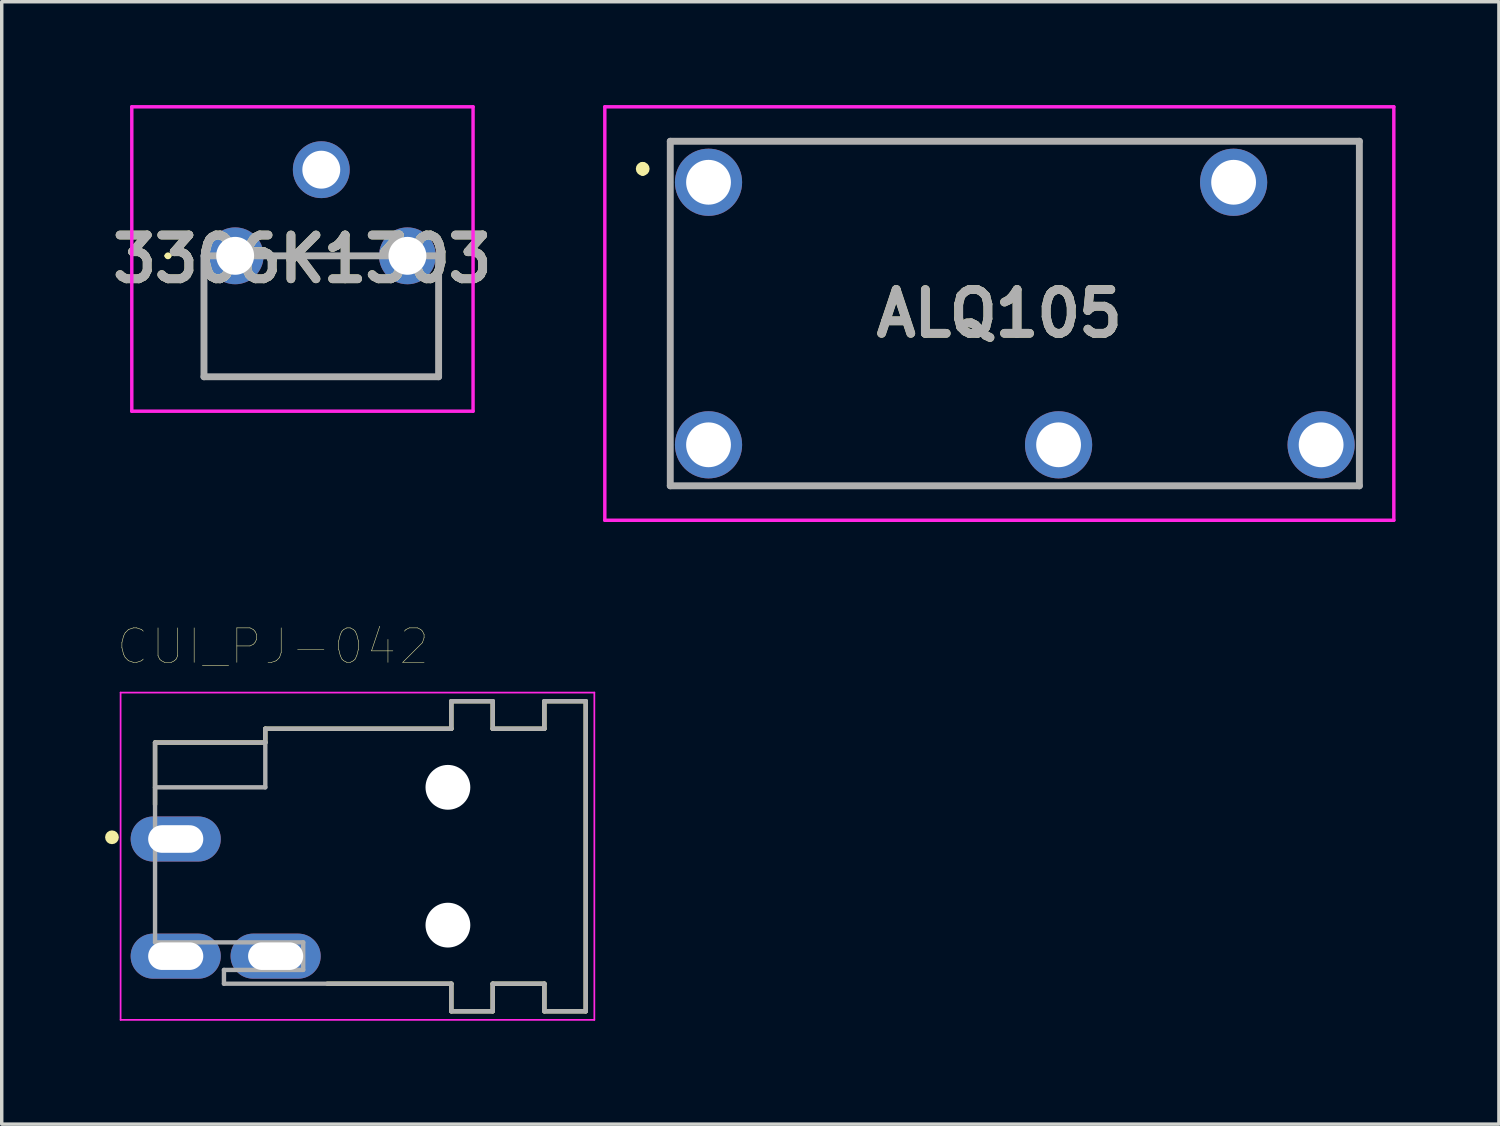
<source format=kicad_pcb>
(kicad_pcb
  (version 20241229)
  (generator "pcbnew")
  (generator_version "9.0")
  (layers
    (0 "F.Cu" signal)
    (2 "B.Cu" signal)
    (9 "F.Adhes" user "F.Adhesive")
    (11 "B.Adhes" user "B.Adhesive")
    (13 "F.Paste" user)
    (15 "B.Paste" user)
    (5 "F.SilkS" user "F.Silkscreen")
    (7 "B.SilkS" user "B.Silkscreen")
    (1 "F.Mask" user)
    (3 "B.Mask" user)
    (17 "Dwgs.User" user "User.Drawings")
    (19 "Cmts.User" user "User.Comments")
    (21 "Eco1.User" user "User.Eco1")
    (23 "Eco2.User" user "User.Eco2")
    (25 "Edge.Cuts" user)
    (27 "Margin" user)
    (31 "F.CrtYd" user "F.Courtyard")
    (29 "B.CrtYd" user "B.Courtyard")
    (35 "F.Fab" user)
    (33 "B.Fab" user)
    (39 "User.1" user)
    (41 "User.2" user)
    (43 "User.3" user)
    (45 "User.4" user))
  (footprint "ALQ105"
    (layer "F.Cu")
    (at 25.954 6.05)
    (property "Reference" "ALQ105" (at 0 0 0) (layer "F.SilkS") (effects (font (size 1.27 1.27) (thickness 0.254))))
    (attr through_hole)
    (fp_line (start -10.35 -4.3) (end -10.35 -4.3) (stroke (width 0.2) (type solid)) (layer "F.SilkS"))
    (fp_line (start -10.35 -4.1) (end -10.35 -4.1) (stroke (width 0.2) (type solid)) (layer "F.SilkS"))
    (fp_line (start -9.55 -5) (end -9.55 5) (stroke (width 0.1) (type solid)) (layer "F.SilkS"))
    (fp_line (start -9.55 5) (end 10.45 5) (stroke (width 0.1) (type solid)) (layer "F.SilkS"))
    (fp_line (start 10.45 -5) (end -9.55 -5) (stroke (width 0.1) (type solid)) (layer "F.SilkS"))
    (fp_line (start 10.45 5) (end 10.45 -5) (stroke (width 0.1) (type solid)) (layer "F.SilkS"))
    (fp_arc (start -10.35 -4.3) (mid -10.25 -4.2) (end -10.35 -4.1) (stroke (width 0.2) (type solid)) (layer "F.SilkS"))
    (fp_arc (start -10.35 -4.1) (mid -10.45 -4.2) (end -10.35 -4.3) (stroke (width 0.2) (type solid)) (layer "F.SilkS"))
    (fp_line (start -11.45 -6) (end -11.45 6) (stroke (width 0.1) (type solid)) (layer "F.CrtYd"))
    (fp_line (start -11.45 6) (end 11.45 6) (stroke (width 0.1) (type solid)) (layer "F.CrtYd"))
    (fp_line (start 11.45 -6) (end -11.45 -6) (stroke (width 0.1) (type solid)) (layer "F.CrtYd"))
    (fp_line (start 11.45 6) (end 11.45 -6) (stroke (width 0.1) (type solid)) (layer "F.CrtYd"))
    (fp_line (start -9.55 -5) (end -9.55 5) (stroke (width 0.2) (type solid)) (layer "F.Fab"))
    (fp_line (start -9.55 5) (end 10.45 5) (stroke (width 0.2) (type solid)) (layer "F.Fab"))
    (fp_line (start 10.45 -5) (end -9.55 -5) (stroke (width 0.2) (type solid)) (layer "F.Fab"))
    (fp_line (start 10.45 5) (end 10.45 -5) (stroke (width 0.2) (type solid)) (layer "F.Fab"))
    (fp_text user "${REFERENCE}" (at 0 0 0) (layer "F.Fab") (effects (font (size 1.27 1.27) (thickness 0.254))))
    (pad "1" thru_hole circle (at -8.44 -3.81) (size 1.95 1.95) (drill 1.3) (layers "*.Cu" "*.Mask"))
    (pad "2" thru_hole circle (at 6.8 -3.81) (size 1.95 1.95) (drill 1.3) (layers "*.Cu" "*.Mask"))
    (pad "3" thru_hole circle (at 9.34 3.81) (size 1.95 1.95) (drill 1.3) (layers "*.Cu" "*.Mask"))
    (pad "4" thru_hole circle (at 1.72 3.81) (size 1.95 1.95) (drill 1.3) (layers "*.Cu" "*.Mask"))
    (pad "5" thru_hole circle (at -8.44 3.81) (size 1.95 1.95) (drill 1.3) (layers "*.Cu" "*.Mask")))
  (footprint "3306K1303"
    (layer "F.Cu")
    (at 3.775 4.375)
    (property "Reference" "3306K1303" (at 1.952 0.092 0) (layer "F.SilkS") (effects (font (size 1.27 1.27) (thickness 0.254))))
    (attr through_hole)
    (fp_line (start -2 0) (end -2 0) (stroke (width 0.1) (type solid)) (layer "F.SilkS"))
    (fp_line (start -1.9 0) (end -1.9 0) (stroke (width 0.1) (type solid)) (layer "F.SilkS"))
    (fp_line (start -0.905 0.6) (end -0.905 3.51) (stroke (width 0.1) (type solid)) (layer "F.SilkS"))
    (fp_line (start -0.905 3.51) (end 5.905 3.51) (stroke (width 0.1) (type solid)) (layer "F.SilkS"))
    (fp_line (start 1.2 0) (end 3.6 0) (stroke (width 0.1) (type solid)) (layer "F.SilkS"))
    (fp_line (start 3.6 0) (end 3.8 0) (stroke (width 0.1) (type solid)) (layer "F.SilkS"))
    (fp_line (start 5.905 3.51) (end 5.905 0.6) (stroke (width 0.1) (type solid)) (layer "F.SilkS"))
    (fp_arc (start -2 0) (mid -1.95 -0.05) (end -1.9 0) (stroke (width 0.1) (type solid)) (layer "F.SilkS"))
    (fp_arc (start -1.9 0) (mid -1.95 0.05) (end -2 0) (stroke (width 0.1) (type solid)) (layer "F.SilkS"))
    (fp_line (start -3 -4.325) (end 6.905 -4.325) (stroke (width 0.1) (type solid)) (layer "F.CrtYd"))
    (fp_line (start -3 4.51) (end -3 -4.325) (stroke (width 0.1) (type solid)) (layer "F.CrtYd"))
    (fp_line (start 6.905 -4.325) (end 6.905 4.51) (stroke (width 0.1) (type solid)) (layer "F.CrtYd"))
    (fp_line (start 6.905 4.51) (end -3 4.51) (stroke (width 0.1) (type solid)) (layer "F.CrtYd"))
    (fp_line (start -0.905 0) (end 5.905 0) (stroke (width 0.2) (type solid)) (layer "F.Fab"))
    (fp_line (start -0.905 3.51) (end -0.905 0) (stroke (width 0.2) (type solid)) (layer "F.Fab"))
    (fp_line (start 5.905 0) (end 5.905 3.51) (stroke (width 0.2) (type solid)) (layer "F.Fab"))
    (fp_line (start 5.905 3.51) (end -0.905 3.51) (stroke (width 0.2) (type solid)) (layer "F.Fab"))
    (fp_text user "${REFERENCE}" (at 1.952 0.092 0) (layer "F.Fab") (effects (font (size 1.27 1.27) (thickness 0.254))))
    (pad "1" thru_hole circle (at 0 0) (size 1.65 1.65) (drill 1.1) (layers "*.Cu" "*.Mask"))
    (pad "2" thru_hole circle (at 2.5 -2.5) (size 1.65 1.65) (drill 1.1) (layers "*.Cu" "*.Mask"))
    (pad "3" thru_hole circle (at 5 0) (size 1.65 1.65) (drill 1.1) (layers "*.Cu" "*.Mask")))
  (footprint "CUI_PJ-042"
    (layer "F.Cu")
    (at 7.7 21.801)
    (property "Reference" "CUI_PJ-042" (at -2.827 -6.089 0) (layer "F.SilkS") (effects (font (size 1.001 1.001) (thickness 0.015))))
    (attr through_hole)
    (fp_line (start -6.25 -3.3) (end -3.05 -3.3) (stroke (width 0.127) (type solid)) (layer "F.SilkS"))
    (fp_line (start -6.25 -1.5) (end -6.25 -3.3) (stroke (width 0.127) (type solid)) (layer "F.SilkS"))
    (fp_line (start -3.05 -3.7) (end 2.35 -3.7) (stroke (width 0.127) (type solid)) (layer "F.SilkS"))
    (fp_line (start -3.05 -3.3) (end -3.05 -3.7) (stroke (width 0.127) (type solid)) (layer "F.SilkS"))
    (fp_line (start 2.35 -4.5) (end 3.55 -4.5) (stroke (width 0.127) (type solid)) (layer "F.SilkS"))
    (fp_line (start 2.35 -3.7) (end 2.35 -4.5) (stroke (width 0.127) (type solid)) (layer "F.SilkS"))
    (fp_line (start 2.35 3.7) (end -1.25 3.7) (stroke (width 0.127) (type solid)) (layer "F.SilkS"))
    (fp_line (start 2.35 4.5) (end 2.35 3.7) (stroke (width 0.127) (type solid)) (layer "F.SilkS"))
    (fp_line (start 3.55 -4.5) (end 3.55 -3.7) (stroke (width 0.127) (type solid)) (layer "F.SilkS"))
    (fp_line (start 3.55 -3.7) (end 5.05 -3.7) (stroke (width 0.127) (type solid)) (layer "F.SilkS"))
    (fp_line (start 3.55 3.7) (end 3.55 4.5) (stroke (width 0.127) (type solid)) (layer "F.SilkS"))
    (fp_line (start 3.55 4.5) (end 2.35 4.5) (stroke (width 0.127) (type solid)) (layer "F.SilkS"))
    (fp_line (start 5.05 -4.5) (end 6.25 -4.5) (stroke (width 0.127) (type solid)) (layer "F.SilkS"))
    (fp_line (start 5.05 -3.7) (end 5.05 -4.5) (stroke (width 0.127) (type solid)) (layer "F.SilkS"))
    (fp_line (start 5.05 3.7) (end 3.55 3.7) (stroke (width 0.127) (type solid)) (layer "F.SilkS"))
    (fp_line (start 5.05 4.5) (end 5.05 3.7) (stroke (width 0.127) (type solid)) (layer "F.SilkS"))
    (fp_line (start 6.25 4.5) (end 5.05 4.5) (stroke (width 0.127) (type solid)) (layer "F.SilkS"))
    (fp_line (start 6.25 4.5) (end 6.25 -4.5) (stroke (width 0.127) (type solid)) (layer "F.SilkS"))
    (fp_circle (center -7.5 -0.55) (end -7.4 -0.55) (stroke (width 0.2) (type solid)) (fill no) (layer "F.SilkS"))
    (fp_line (start -7.25 -4.75) (end 6.5 -4.75) (stroke (width 0.05) (type solid)) (layer "F.CrtYd"))
    (fp_line (start -7.25 4.75) (end -7.25 -4.75) (stroke (width 0.05) (type solid)) (layer "F.CrtYd"))
    (fp_line (start 6.5 -4.75) (end 6.5 4.75) (stroke (width 0.05) (type solid)) (layer "F.CrtYd"))
    (fp_line (start 6.5 4.75) (end -7.25 4.75) (stroke (width 0.05) (type solid)) (layer "F.CrtYd"))
    (fp_line (start -6.25 -3.3) (end -3.05 -3.3) (stroke (width 0.127) (type solid)) (layer "F.Fab"))
    (fp_line (start -6.25 -2) (end -6.25 -3.3) (stroke (width 0.127) (type solid)) (layer "F.Fab"))
    (fp_line (start -6.25 2.5) (end -6.25 -2) (stroke (width 0.127) (type solid)) (layer "F.Fab"))
    (fp_line (start -4.25 3.3) (end -1.95 3.3) (stroke (width 0.127) (type solid)) (layer "F.Fab"))
    (fp_line (start -4.25 3.7) (end -4.25 3.3) (stroke (width 0.127) (type solid)) (layer "F.Fab"))
    (fp_line (start -3.05 -3.7) (end -3.05 -3.3) (stroke (width 0.127) (type solid)) (layer "F.Fab"))
    (fp_line (start -3.05 -3.3) (end -3.05 -2) (stroke (width 0.127) (type solid)) (layer "F.Fab"))
    (fp_line (start -3.05 -2) (end -6.25 -2) (stroke (width 0.127) (type solid)) (layer "F.Fab"))
    (fp_line (start -1.95 2.5) (end -6.25 2.5) (stroke (width 0.127) (type solid)) (layer "F.Fab"))
    (fp_line (start -1.95 3.3) (end -1.95 2.5) (stroke (width 0.127) (type solid)) (layer "F.Fab"))
    (fp_line (start 2.35 -4.5) (end 2.35 -3.7) (stroke (width 0.127) (type solid)) (layer "F.Fab"))
    (fp_line (start 2.35 -3.7) (end -3.05 -3.7) (stroke (width 0.127) (type solid)) (layer "F.Fab"))
    (fp_line (start 2.35 3.7) (end -4.25 3.7) (stroke (width 0.127) (type solid)) (layer "F.Fab"))
    (fp_line (start 2.35 4.5) (end 2.35 3.7) (stroke (width 0.127) (type solid)) (layer "F.Fab"))
    (fp_line (start 3.55 -4.5) (end 2.35 -4.5) (stroke (width 0.127) (type solid)) (layer "F.Fab"))
    (fp_line (start 3.55 -3.7) (end 3.55 -4.5) (stroke (width 0.127) (type solid)) (layer "F.Fab"))
    (fp_line (start 3.55 3.7) (end 3.55 4.5) (stroke (width 0.127) (type solid)) (layer "F.Fab"))
    (fp_line (start 3.55 4.5) (end 2.35 4.5) (stroke (width 0.127) (type solid)) (layer "F.Fab"))
    (fp_line (start 5.05 -4.5) (end 5.05 -3.7) (stroke (width 0.127) (type solid)) (layer "F.Fab"))
    (fp_line (start 5.05 -3.7) (end 3.55 -3.7) (stroke (width 0.127) (type solid)) (layer "F.Fab"))
    (fp_line (start 5.05 3.7) (end 3.55 3.7) (stroke (width 0.127) (type solid)) (layer "F.Fab"))
    (fp_line (start 5.05 4.5) (end 5.05 3.7) (stroke (width 0.127) (type solid)) (layer "F.Fab"))
    (fp_line (start 6.25 -4.5) (end 5.05 -4.5) (stroke (width 0.127) (type solid)) (layer "F.Fab"))
    (fp_line (start 6.25 4.5) (end 5.05 4.5) (stroke (width 0.127) (type solid)) (layer "F.Fab"))
    (fp_line (start 6.25 4.5) (end 6.25 -4.5) (stroke (width 0.127) (type solid)) (layer "F.Fab"))
    (pad "" np_thru_hole circle (at 2.25 -2) (size 1.3 1.3) (drill 1.3) (layers "*.Cu" "*.Mask"))
    (pad "" np_thru_hole circle (at 2.25 2) (size 1.3 1.3) (drill 1.3) (layers "*.Cu" "*.Mask"))
    (pad "1" thru_hole oval (at -5.65 -0.5) (size 2.616 1.308) (drill oval 1.6 0.8) (layers "*.Cu" "*.Mask"))
    (pad "2" thru_hole oval (at -2.75 2.9) (size 2.616 1.308) (drill oval 1.6 0.8) (layers "*.Cu" "*.Mask"))
    (pad "3" thru_hole oval (at -5.65 2.9) (size 2.616 1.308) (drill oval 1.6 0.8) (layers "*.Cu" "*.Mask")))
  (gr_rect
    (start -3 -3)
    (end 40.454 29.576)
    (stroke (width 0.1) (type default))
    (fill no)
    (layer "Edge.Cuts")))
</source>
